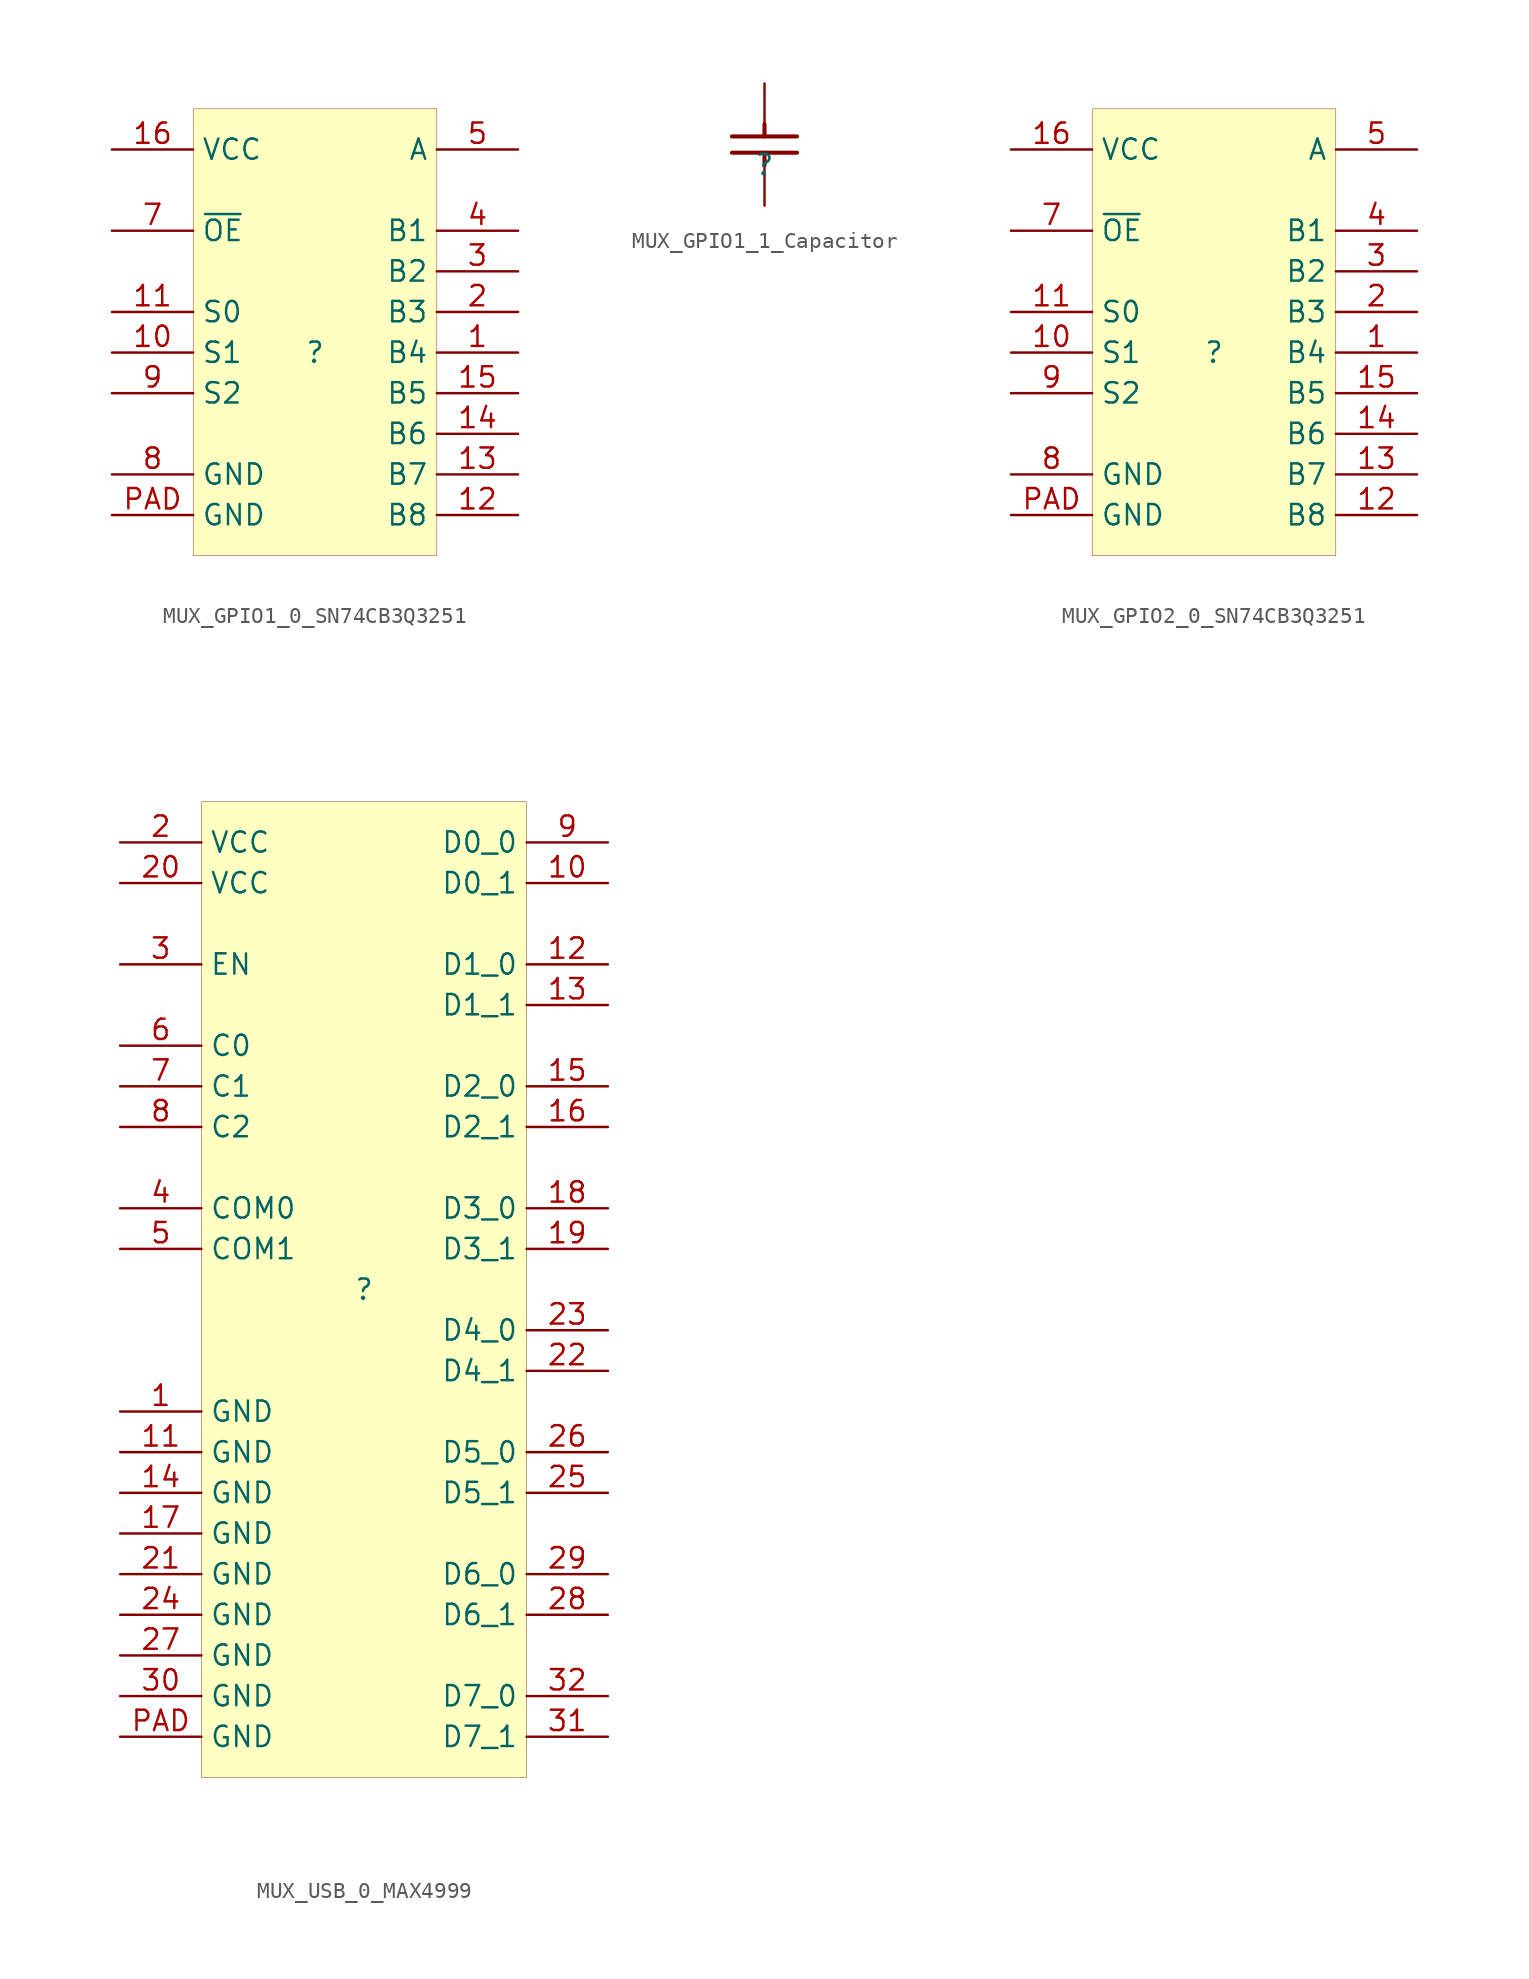
<source format=kicad_sym>
(kicad_symbol_lib
  (version 20231120)
  (generator "kicad_symbol_editor")
  (generator_version "8.0")
  (symbol "MUX_GPIO1_0_SN74CB3Q3251"
    (property "Reference" ""
      (at 0 0 0)
      (effects (font (size 1.27 1.27))))
    (property "Value" ""
      (at 0 0 0)
      (effects (font (size 1.27 1.27))))
    (symbol "MUX_GPIO1_0_SN74CB3Q3251_1_0"
      (rectangle (start 7.62 15.24) (end -7.62 -12.7) (stroke (width 0.025) (type solid) (color 128 0 0 1)) (fill (type background)))
      (pin passive line (at 12.7 0 180) (length 5.08) (name "B4" (effects (font (size 1.27 1.27)))) (number "1" (effects (font (size 1.27 1.27)))))
      (pin passive line (at -12.7 0 0) (length 5.08) (name "S1" (effects (font (size 1.27 1.27)))) (number "10" (effects (font (size 1.27 1.27)))))
      (pin passive line (at -12.7 2.54 0) (length 5.08) (name "S0" (effects (font (size 1.27 1.27)))) (number "11" (effects (font (size 1.27 1.27)))))
      (pin passive line (at 12.7 -10.16 180) (length 5.08) (name "B8" (effects (font (size 1.27 1.27)))) (number "12" (effects (font (size 1.27 1.27)))))
      (pin passive line (at 12.7 -7.62 180) (length 5.08) (name "B7" (effects (font (size 1.27 1.27)))) (number "13" (effects (font (size 1.27 1.27)))))
      (pin passive line (at 12.7 -5.08 180) (length 5.08) (name "B6" (effects (font (size 1.27 1.27)))) (number "14" (effects (font (size 1.27 1.27)))))
      (pin passive line (at 12.7 -2.54 180) (length 5.08) (name "B5" (effects (font (size 1.27 1.27)))) (number "15" (effects (font (size 1.27 1.27)))))
      (pin passive line (at -12.7 12.7 0) (length 5.08) (name "VCC" (effects (font (size 1.27 1.27)))) (number "16" (effects (font (size 1.27 1.27)))))
      (pin passive line (at 12.7 2.54 180) (length 5.08) (name "B3" (effects (font (size 1.27 1.27)))) (number "2" (effects (font (size 1.27 1.27)))))
      (pin passive line (at 12.7 5.08 180) (length 5.08) (name "B2" (effects (font (size 1.27 1.27)))) (number "3" (effects (font (size 1.27 1.27)))))
      (pin passive line (at 12.7 7.62 180) (length 5.08) (name "B1" (effects (font (size 1.27 1.27)))) (number "4" (effects (font (size 1.27 1.27)))))
      (pin passive line (at 12.7 12.7 180) (length 5.08) (name "A" (effects (font (size 1.27 1.27)))) (number "5" (effects (font (size 1.27 1.27)))))
      (pin passive line (at -12.7 7.62 0) (length 5.08) (name "~{OE}" (effects (font (size 1.27 1.27)))) (number "7" (effects (font (size 1.27 1.27)))))
      (pin passive line (at -12.7 -7.62 0) (length 5.08) (name "GND" (effects (font (size 1.27 1.27)))) (number "8" (effects (font (size 1.27 1.27)))))
      (pin passive line (at -12.7 -2.54 0) (length 5.08) (name "S2" (effects (font (size 1.27 1.27)))) (number "9" (effects (font (size 1.27 1.27)))))
      (pin passive line (at -12.7 -10.16 0) (length 5.08) (name "GND" (effects (font (size 1.27 1.27)))) (number "PAD" (effects (font (size 1.27 1.27)))))))
  (symbol "MUX_GPIO1_1_Capacitor"
    (property "Reference" ""
      (at 0 0 0)
      (effects (font (size 1.27 1.27))))
    (property "Value" ""
      (at 0 0 0)
      (effects (font (size 1.27 1.27))))
    (symbol "MUX_GPIO1_1_Capacitor_1_0"
      (polyline (pts (xy -2.032 0.762) (xy 2.032 0.762)) (stroke (width 0.254) (type solid)) (fill (type none)))
      (polyline (pts (xy 0 0) (xy 0 0.762)) (stroke (width 0.254) (type solid)) (fill (type none)))
      (polyline (pts (xy 0 1.778) (xy 0 2.54)) (stroke (width 0.254) (type solid)) (fill (type none)))
      (polyline (pts (xy 2.032 1.778) (xy -2.032 1.778)) (stroke (width 0.254) (type solid)) (fill (type none)))
      (pin passive line (at 0 -2.54 90) (length 2.54) (name "1" (effects (font (size 0 0)))) (number "1" (effects (font (size 0 0)))))
      (pin passive line (at 0 5.08 270) (length 2.54) (name "2" (effects (font (size 0 0)))) (number "2" (effects (font (size 0 0)))))))
  (symbol "MUX_GPIO2_0_SN74CB3Q3251"
    (property "Reference" ""
      (at 0 0 0)
      (effects (font (size 1.27 1.27))))
    (property "Value" ""
      (at 0 0 0)
      (effects (font (size 1.27 1.27))))
    (symbol "MUX_GPIO2_0_SN74CB3Q3251_1_0"
      (rectangle (start 7.62 15.24) (end -7.62 -12.7) (stroke (width 0.025) (type solid) (color 128 0 0 1)) (fill (type background)))
      (pin passive line (at 12.7 0 180) (length 5.08) (name "B4" (effects (font (size 1.27 1.27)))) (number "1" (effects (font (size 1.27 1.27)))))
      (pin passive line (at -12.7 0 0) (length 5.08) (name "S1" (effects (font (size 1.27 1.27)))) (number "10" (effects (font (size 1.27 1.27)))))
      (pin passive line (at -12.7 2.54 0) (length 5.08) (name "S0" (effects (font (size 1.27 1.27)))) (number "11" (effects (font (size 1.27 1.27)))))
      (pin passive line (at 12.7 -10.16 180) (length 5.08) (name "B8" (effects (font (size 1.27 1.27)))) (number "12" (effects (font (size 1.27 1.27)))))
      (pin passive line (at 12.7 -7.62 180) (length 5.08) (name "B7" (effects (font (size 1.27 1.27)))) (number "13" (effects (font (size 1.27 1.27)))))
      (pin passive line (at 12.7 -5.08 180) (length 5.08) (name "B6" (effects (font (size 1.27 1.27)))) (number "14" (effects (font (size 1.27 1.27)))))
      (pin passive line (at 12.7 -2.54 180) (length 5.08) (name "B5" (effects (font (size 1.27 1.27)))) (number "15" (effects (font (size 1.27 1.27)))))
      (pin passive line (at -12.7 12.7 0) (length 5.08) (name "VCC" (effects (font (size 1.27 1.27)))) (number "16" (effects (font (size 1.27 1.27)))))
      (pin passive line (at 12.7 2.54 180) (length 5.08) (name "B3" (effects (font (size 1.27 1.27)))) (number "2" (effects (font (size 1.27 1.27)))))
      (pin passive line (at 12.7 5.08 180) (length 5.08) (name "B2" (effects (font (size 1.27 1.27)))) (number "3" (effects (font (size 1.27 1.27)))))
      (pin passive line (at 12.7 7.62 180) (length 5.08) (name "B1" (effects (font (size 1.27 1.27)))) (number "4" (effects (font (size 1.27 1.27)))))
      (pin passive line (at 12.7 12.7 180) (length 5.08) (name "A" (effects (font (size 1.27 1.27)))) (number "5" (effects (font (size 1.27 1.27)))))
      (pin passive line (at -12.7 7.62 0) (length 5.08) (name "~{OE}" (effects (font (size 1.27 1.27)))) (number "7" (effects (font (size 1.27 1.27)))))
      (pin passive line (at -12.7 -7.62 0) (length 5.08) (name "GND" (effects (font (size 1.27 1.27)))) (number "8" (effects (font (size 1.27 1.27)))))
      (pin passive line (at -12.7 -2.54 0) (length 5.08) (name "S2" (effects (font (size 1.27 1.27)))) (number "9" (effects (font (size 1.27 1.27)))))
      (pin passive line (at -12.7 -10.16 0) (length 5.08) (name "GND" (effects (font (size 1.27 1.27)))) (number "PAD" (effects (font (size 1.27 1.27)))))))
  (symbol "MUX_USB_0_MAX4999"
    (property "Reference" ""
      (at 0 0 0)
      (effects (font (size 1.27 1.27))))
    (property "Value" ""
      (at 0 0 0)
      (effects (font (size 1.27 1.27))))
    (symbol "MUX_USB_0_MAX4999_1_0"
      (rectangle (start 10.16 30.48) (end -10.16 -30.48) (stroke (width 0.025) (type solid) (color 128 0 0 1)) (fill (type background)))
      (pin passive line (at -15.24 -7.62 0) (length 5.08) (name "GND" (effects (font (size 1.27 1.27)))) (number "1" (effects (font (size 1.27 1.27)))))
      (pin passive line (at 15.24 25.4 180) (length 5.08) (name "D0_1" (effects (font (size 1.27 1.27)))) (number "10" (effects (font (size 1.27 1.27)))))
      (pin passive line (at -15.24 -10.16 0) (length 5.08) (name "GND" (effects (font (size 1.27 1.27)))) (number "11" (effects (font (size 1.27 1.27)))))
      (pin passive line (at 15.24 20.32 180) (length 5.08) (name "D1_0" (effects (font (size 1.27 1.27)))) (number "12" (effects (font (size 1.27 1.27)))))
      (pin passive line (at 15.24 17.78 180) (length 5.08) (name "D1_1" (effects (font (size 1.27 1.27)))) (number "13" (effects (font (size 1.27 1.27)))))
      (pin passive line (at -15.24 -12.7 0) (length 5.08) (name "GND" (effects (font (size 1.27 1.27)))) (number "14" (effects (font (size 1.27 1.27)))))
      (pin passive line (at 15.24 12.7 180) (length 5.08) (name "D2_0" (effects (font (size 1.27 1.27)))) (number "15" (effects (font (size 1.27 1.27)))))
      (pin passive line (at 15.24 10.16 180) (length 5.08) (name "D2_1" (effects (font (size 1.27 1.27)))) (number "16" (effects (font (size 1.27 1.27)))))
      (pin passive line (at -15.24 -15.24 0) (length 5.08) (name "GND" (effects (font (size 1.27 1.27)))) (number "17" (effects (font (size 1.27 1.27)))))
      (pin passive line (at 15.24 5.08 180) (length 5.08) (name "D3_0" (effects (font (size 1.27 1.27)))) (number "18" (effects (font (size 1.27 1.27)))))
      (pin passive line (at 15.24 2.54 180) (length 5.08) (name "D3_1" (effects (font (size 1.27 1.27)))) (number "19" (effects (font (size 1.27 1.27)))))
      (pin passive line (at -15.24 27.94 0) (length 5.08) (name "VCC" (effects (font (size 1.27 1.27)))) (number "2" (effects (font (size 1.27 1.27)))))
      (pin passive line (at -15.24 25.4 0) (length 5.08) (name "VCC" (effects (font (size 1.27 1.27)))) (number "20" (effects (font (size 1.27 1.27)))))
      (pin passive line (at -15.24 -17.78 0) (length 5.08) (name "GND" (effects (font (size 1.27 1.27)))) (number "21" (effects (font (size 1.27 1.27)))))
      (pin passive line (at 15.24 -5.08 180) (length 5.08) (name "D4_1" (effects (font (size 1.27 1.27)))) (number "22" (effects (font (size 1.27 1.27)))))
      (pin passive line (at 15.24 -2.54 180) (length 5.08) (name "D4_0" (effects (font (size 1.27 1.27)))) (number "23" (effects (font (size 1.27 1.27)))))
      (pin passive line (at -15.24 -20.32 0) (length 5.08) (name "GND" (effects (font (size 1.27 1.27)))) (number "24" (effects (font (size 1.27 1.27)))))
      (pin passive line (at 15.24 -12.7 180) (length 5.08) (name "D5_1" (effects (font (size 1.27 1.27)))) (number "25" (effects (font (size 1.27 1.27)))))
      (pin passive line (at 15.24 -10.16 180) (length 5.08) (name "D5_0" (effects (font (size 1.27 1.27)))) (number "26" (effects (font (size 1.27 1.27)))))
      (pin passive line (at -15.24 -22.86 0) (length 5.08) (name "GND" (effects (font (size 1.27 1.27)))) (number "27" (effects (font (size 1.27 1.27)))))
      (pin passive line (at 15.24 -20.32 180) (length 5.08) (name "D6_1" (effects (font (size 1.27 1.27)))) (number "28" (effects (font (size 1.27 1.27)))))
      (pin passive line (at 15.24 -17.78 180) (length 5.08) (name "D6_0" (effects (font (size 1.27 1.27)))) (number "29" (effects (font (size 1.27 1.27)))))
      (pin passive line (at -15.24 20.32 0) (length 5.08) (name "EN" (effects (font (size 1.27 1.27)))) (number "3" (effects (font (size 1.27 1.27)))))
      (pin passive line (at -15.24 -25.4 0) (length 5.08) (name "GND" (effects (font (size 1.27 1.27)))) (number "30" (effects (font (size 1.27 1.27)))))
      (pin passive line (at 15.24 -27.94 180) (length 5.08) (name "D7_1" (effects (font (size 1.27 1.27)))) (number "31" (effects (font (size 1.27 1.27)))))
      (pin passive line (at 15.24 -25.4 180) (length 5.08) (name "D7_0" (effects (font (size 1.27 1.27)))) (number "32" (effects (font (size 1.27 1.27)))))
      (pin passive line (at -15.24 5.08 0) (length 5.08) (name "COM0" (effects (font (size 1.27 1.27)))) (number "4" (effects (font (size 1.27 1.27)))))
      (pin passive line (at -15.24 2.54 0) (length 5.08) (name "COM1" (effects (font (size 1.27 1.27)))) (number "5" (effects (font (size 1.27 1.27)))))
      (pin passive line (at -15.24 15.24 0) (length 5.08) (name "C0" (effects (font (size 1.27 1.27)))) (number "6" (effects (font (size 1.27 1.27)))))
      (pin passive line (at -15.24 12.7 0) (length 5.08) (name "C1" (effects (font (size 1.27 1.27)))) (number "7" (effects (font (size 1.27 1.27)))))
      (pin passive line (at -15.24 10.16 0) (length 5.08) (name "C2" (effects (font (size 1.27 1.27)))) (number "8" (effects (font (size 1.27 1.27)))))
      (pin passive line (at 15.24 27.94 180) (length 5.08) (name "D0_0" (effects (font (size 1.27 1.27)))) (number "9" (effects (font (size 1.27 1.27)))))
      (pin passive line (at -15.24 -27.94 0) (length 5.08) (name "GND" (effects (font (size 1.27 1.27)))) (number "PAD" (effects (font (size 1.27 1.27))))))))
</source>
